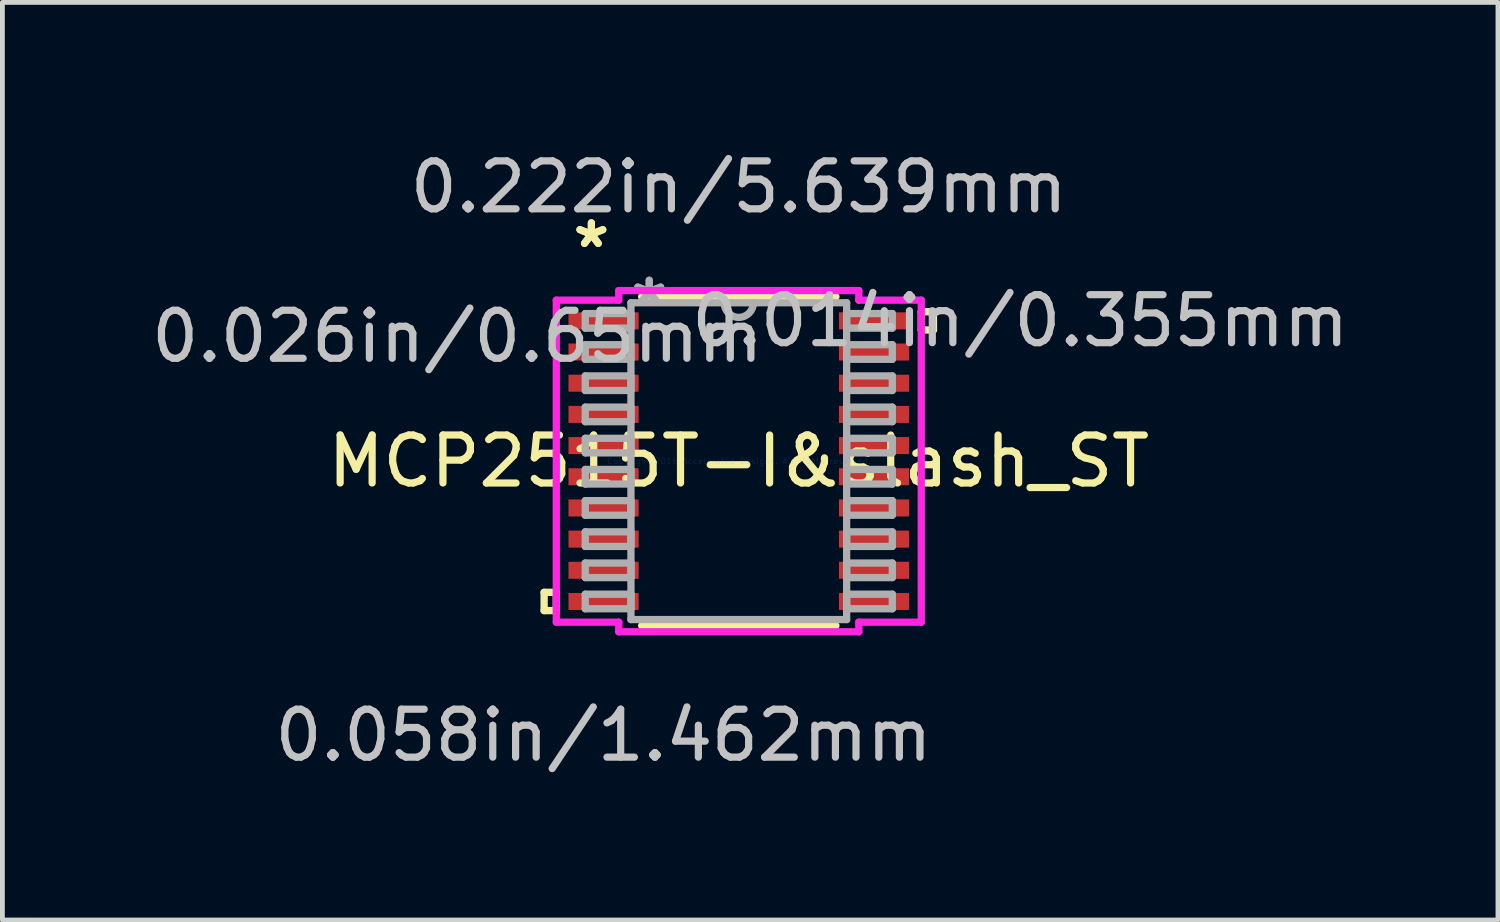
<source format=kicad_pcb>
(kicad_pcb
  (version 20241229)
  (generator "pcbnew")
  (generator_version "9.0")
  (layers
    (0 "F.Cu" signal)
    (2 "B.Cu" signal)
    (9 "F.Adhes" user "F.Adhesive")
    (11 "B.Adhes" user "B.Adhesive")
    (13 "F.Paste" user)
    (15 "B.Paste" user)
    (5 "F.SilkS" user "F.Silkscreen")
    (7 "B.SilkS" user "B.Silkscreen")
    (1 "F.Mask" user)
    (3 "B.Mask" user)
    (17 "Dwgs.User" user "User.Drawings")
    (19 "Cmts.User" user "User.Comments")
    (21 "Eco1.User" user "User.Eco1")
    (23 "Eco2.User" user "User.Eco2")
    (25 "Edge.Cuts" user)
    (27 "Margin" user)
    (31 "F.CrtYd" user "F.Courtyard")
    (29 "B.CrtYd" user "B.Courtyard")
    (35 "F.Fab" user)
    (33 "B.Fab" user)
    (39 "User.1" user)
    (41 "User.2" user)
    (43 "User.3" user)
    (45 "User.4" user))
  (footprint "MCP2515T-I&slash_ST"
    (layer "F.Cu")
    (at 12.35 6.563)
    (property "Reference" "MCP2515T-I&slash_ST" (at 0 0 0) (layer "F.SilkS") (effects (font (size 1 1) (thickness 0.15))))
    (attr through_hole)
    (fp_line (start -4.058 2.734) (end -4.058 3.115) (stroke (width 0.152) (type solid)) (layer "F.SilkS"))
    (fp_line (start -4.058 3.115) (end -3.804 3.115) (stroke (width 0.152) (type solid)) (layer "F.SilkS"))
    (fp_line (start -3.804 2.734) (end -4.058 2.734) (stroke (width 0.152) (type solid)) (layer "F.SilkS"))
    (fp_line (start -3.804 3.115) (end -3.804 2.734) (stroke (width 0.152) (type solid)) (layer "F.SilkS"))
    (fp_line (start -2.025 3.429) (end 2.025 3.429) (stroke (width 0.152) (type solid)) (layer "F.SilkS"))
    (fp_line (start 2.025 -3.429) (end -2.025 -3.429) (stroke (width 0.152) (type solid)) (layer "F.SilkS"))
    (fp_line (start 3.804 -3.115) (end 4.058 -3.115) (stroke (width 0.152) (type solid)) (layer "F.SilkS"))
    (fp_line (start 3.804 -2.734) (end 3.804 -3.115) (stroke (width 0.152) (type solid)) (layer "F.SilkS"))
    (fp_line (start 4.058 -3.115) (end 4.058 -2.734) (stroke (width 0.152) (type solid)) (layer "F.SilkS"))
    (fp_line (start 4.058 -2.734) (end 3.804 -2.734) (stroke (width 0.152) (type solid)) (layer "F.SilkS"))
    (fp_line (start -3.804 -3.356) (end -2.502 -3.356) (stroke (width 0.152) (type solid)) (layer "F.CrtYd"))
    (fp_line (start -3.804 3.356) (end -3.804 -3.356) (stroke (width 0.152) (type solid)) (layer "F.CrtYd"))
    (fp_line (start -2.502 -3.556) (end 2.502 -3.556) (stroke (width 0.152) (type solid)) (layer "F.CrtYd"))
    (fp_line (start -2.502 -3.356) (end -2.502 -3.556) (stroke (width 0.152) (type solid)) (layer "F.CrtYd"))
    (fp_line (start -2.502 3.356) (end -3.804 3.356) (stroke (width 0.152) (type solid)) (layer "F.CrtYd"))
    (fp_line (start -2.502 3.556) (end -2.502 3.356) (stroke (width 0.152) (type solid)) (layer "F.CrtYd"))
    (fp_line (start 2.502 -3.556) (end 2.502 -3.356) (stroke (width 0.152) (type solid)) (layer "F.CrtYd"))
    (fp_line (start 2.502 -3.356) (end 3.804 -3.356) (stroke (width 0.152) (type solid)) (layer "F.CrtYd"))
    (fp_line (start 2.502 3.356) (end 2.502 3.556) (stroke (width 0.152) (type solid)) (layer "F.CrtYd"))
    (fp_line (start 2.502 3.556) (end -2.502 3.556) (stroke (width 0.152) (type solid)) (layer "F.CrtYd"))
    (fp_line (start 3.804 -3.356) (end 3.804 3.356) (stroke (width 0.152) (type solid)) (layer "F.CrtYd"))
    (fp_line (start 3.804 3.356) (end 2.502 3.356) (stroke (width 0.152) (type solid)) (layer "F.CrtYd"))
    (fp_line (start -3.2 -3.077) (end -3.2 -2.773) (stroke (width 0.152) (type solid)) (layer "F.Fab"))
    (fp_line (start -3.2 -2.773) (end -2.248 -2.773) (stroke (width 0.152) (type solid)) (layer "F.Fab"))
    (fp_line (start -3.2 -2.427) (end -3.2 -2.123) (stroke (width 0.152) (type solid)) (layer "F.Fab"))
    (fp_line (start -3.2 -2.123) (end -2.248 -2.123) (stroke (width 0.152) (type solid)) (layer "F.Fab"))
    (fp_line (start -3.2 -1.777) (end -3.2 -1.473) (stroke (width 0.152) (type solid)) (layer "F.Fab"))
    (fp_line (start -3.2 -1.473) (end -2.248 -1.473) (stroke (width 0.152) (type solid)) (layer "F.Fab"))
    (fp_line (start -3.2 -1.127) (end -3.2 -0.823) (stroke (width 0.152) (type solid)) (layer "F.Fab"))
    (fp_line (start -3.2 -0.823) (end -2.248 -0.823) (stroke (width 0.152) (type solid)) (layer "F.Fab"))
    (fp_line (start -3.2 -0.477) (end -3.2 -0.173) (stroke (width 0.152) (type solid)) (layer "F.Fab"))
    (fp_line (start -3.2 -0.173) (end -2.248 -0.173) (stroke (width 0.152) (type solid)) (layer "F.Fab"))
    (fp_line (start -3.2 0.173) (end -3.2 0.477) (stroke (width 0.152) (type solid)) (layer "F.Fab"))
    (fp_line (start -3.2 0.477) (end -2.248 0.477) (stroke (width 0.152) (type solid)) (layer "F.Fab"))
    (fp_line (start -3.2 0.823) (end -3.2 1.127) (stroke (width 0.152) (type solid)) (layer "F.Fab"))
    (fp_line (start -3.2 1.127) (end -2.248 1.127) (stroke (width 0.152) (type solid)) (layer "F.Fab"))
    (fp_line (start -3.2 1.473) (end -3.2 1.777) (stroke (width 0.152) (type solid)) (layer "F.Fab"))
    (fp_line (start -3.2 1.777) (end -2.248 1.777) (stroke (width 0.152) (type solid)) (layer "F.Fab"))
    (fp_line (start -3.2 2.123) (end -3.2 2.427) (stroke (width 0.152) (type solid)) (layer "F.Fab"))
    (fp_line (start -3.2 2.427) (end -2.248 2.427) (stroke (width 0.152) (type solid)) (layer "F.Fab"))
    (fp_line (start -3.2 2.773) (end -3.2 3.077) (stroke (width 0.152) (type solid)) (layer "F.Fab"))
    (fp_line (start -3.2 3.077) (end -2.248 3.077) (stroke (width 0.152) (type solid)) (layer "F.Fab"))
    (fp_line (start -2.248 -3.302) (end -2.248 3.302) (stroke (width 0.152) (type solid)) (layer "F.Fab"))
    (fp_line (start -2.248 -3.077) (end -3.2 -3.077) (stroke (width 0.152) (type solid)) (layer "F.Fab"))
    (fp_line (start -2.248 -2.773) (end -2.248 -3.077) (stroke (width 0.152) (type solid)) (layer "F.Fab"))
    (fp_line (start -2.248 -2.427) (end -3.2 -2.427) (stroke (width 0.152) (type solid)) (layer "F.Fab"))
    (fp_line (start -2.248 -2.123) (end -2.248 -2.427) (stroke (width 0.152) (type solid)) (layer "F.Fab"))
    (fp_line (start -2.248 -1.777) (end -3.2 -1.777) (stroke (width 0.152) (type solid)) (layer "F.Fab"))
    (fp_line (start -2.248 -1.473) (end -2.248 -1.777) (stroke (width 0.152) (type solid)) (layer "F.Fab"))
    (fp_line (start -2.248 -1.127) (end -3.2 -1.127) (stroke (width 0.152) (type solid)) (layer "F.Fab"))
    (fp_line (start -2.248 -0.823) (end -2.248 -1.127) (stroke (width 0.152) (type solid)) (layer "F.Fab"))
    (fp_line (start -2.248 -0.477) (end -3.2 -0.477) (stroke (width 0.152) (type solid)) (layer "F.Fab"))
    (fp_line (start -2.248 -0.173) (end -2.248 -0.477) (stroke (width 0.152) (type solid)) (layer "F.Fab"))
    (fp_line (start -2.248 0.173) (end -3.2 0.173) (stroke (width 0.152) (type solid)) (layer "F.Fab"))
    (fp_line (start -2.248 0.477) (end -2.248 0.173) (stroke (width 0.152) (type solid)) (layer "F.Fab"))
    (fp_line (start -2.248 0.823) (end -3.2 0.823) (stroke (width 0.152) (type solid)) (layer "F.Fab"))
    (fp_line (start -2.248 1.127) (end -2.248 0.823) (stroke (width 0.152) (type solid)) (layer "F.Fab"))
    (fp_line (start -2.248 1.473) (end -3.2 1.473) (stroke (width 0.152) (type solid)) (layer "F.Fab"))
    (fp_line (start -2.248 1.777) (end -2.248 1.473) (stroke (width 0.152) (type solid)) (layer "F.Fab"))
    (fp_line (start -2.248 2.123) (end -3.2 2.123) (stroke (width 0.152) (type solid)) (layer "F.Fab"))
    (fp_line (start -2.248 2.427) (end -2.248 2.123) (stroke (width 0.152) (type solid)) (layer "F.Fab"))
    (fp_line (start -2.248 2.773) (end -3.2 2.773) (stroke (width 0.152) (type solid)) (layer "F.Fab"))
    (fp_line (start -2.248 3.077) (end -2.248 2.773) (stroke (width 0.152) (type solid)) (layer "F.Fab"))
    (fp_line (start -2.248 3.302) (end 2.248 3.302) (stroke (width 0.152) (type solid)) (layer "F.Fab"))
    (fp_line (start 2.248 -3.302) (end -2.248 -3.302) (stroke (width 0.152) (type solid)) (layer "F.Fab"))
    (fp_line (start 2.248 -3.077) (end 2.248 -2.773) (stroke (width 0.152) (type solid)) (layer "F.Fab"))
    (fp_line (start 2.248 -2.773) (end 3.2 -2.773) (stroke (width 0.152) (type solid)) (layer "F.Fab"))
    (fp_line (start 2.248 -2.427) (end 2.248 -2.123) (stroke (width 0.152) (type solid)) (layer "F.Fab"))
    (fp_line (start 2.248 -2.123) (end 3.2 -2.123) (stroke (width 0.152) (type solid)) (layer "F.Fab"))
    (fp_line (start 2.248 -1.777) (end 2.248 -1.473) (stroke (width 0.152) (type solid)) (layer "F.Fab"))
    (fp_line (start 2.248 -1.473) (end 3.2 -1.473) (stroke (width 0.152) (type solid)) (layer "F.Fab"))
    (fp_line (start 2.248 -1.127) (end 2.248 -0.823) (stroke (width 0.152) (type solid)) (layer "F.Fab"))
    (fp_line (start 2.248 -0.823) (end 3.2 -0.823) (stroke (width 0.152) (type solid)) (layer "F.Fab"))
    (fp_line (start 2.248 -0.477) (end 2.248 -0.173) (stroke (width 0.152) (type solid)) (layer "F.Fab"))
    (fp_line (start 2.248 -0.173) (end 3.2 -0.173) (stroke (width 0.152) (type solid)) (layer "F.Fab"))
    (fp_line (start 2.248 0.173) (end 2.248 0.477) (stroke (width 0.152) (type solid)) (layer "F.Fab"))
    (fp_line (start 2.248 0.477) (end 3.2 0.477) (stroke (width 0.152) (type solid)) (layer "F.Fab"))
    (fp_line (start 2.248 0.823) (end 2.248 1.127) (stroke (width 0.152) (type solid)) (layer "F.Fab"))
    (fp_line (start 2.248 1.127) (end 3.2 1.127) (stroke (width 0.152) (type solid)) (layer "F.Fab"))
    (fp_line (start 2.248 1.473) (end 2.248 1.777) (stroke (width 0.152) (type solid)) (layer "F.Fab"))
    (fp_line (start 2.248 1.777) (end 3.2 1.777) (stroke (width 0.152) (type solid)) (layer "F.Fab"))
    (fp_line (start 2.248 2.123) (end 2.248 2.427) (stroke (width 0.152) (type solid)) (layer "F.Fab"))
    (fp_line (start 2.248 2.427) (end 3.2 2.427) (stroke (width 0.152) (type solid)) (layer "F.Fab"))
    (fp_line (start 2.248 2.773) (end 2.248 3.077) (stroke (width 0.152) (type solid)) (layer "F.Fab"))
    (fp_line (start 2.248 3.077) (end 3.2 3.077) (stroke (width 0.152) (type solid)) (layer "F.Fab"))
    (fp_line (start 2.248 3.302) (end 2.248 -3.302) (stroke (width 0.152) (type solid)) (layer "F.Fab"))
    (fp_line (start 3.2 -3.077) (end 2.248 -3.077) (stroke (width 0.152) (type solid)) (layer "F.Fab"))
    (fp_line (start 3.2 -2.773) (end 3.2 -3.077) (stroke (width 0.152) (type solid)) (layer "F.Fab"))
    (fp_line (start 3.2 -2.427) (end 2.248 -2.427) (stroke (width 0.152) (type solid)) (layer "F.Fab"))
    (fp_line (start 3.2 -2.123) (end 3.2 -2.427) (stroke (width 0.152) (type solid)) (layer "F.Fab"))
    (fp_line (start 3.2 -1.777) (end 2.248 -1.777) (stroke (width 0.152) (type solid)) (layer "F.Fab"))
    (fp_line (start 3.2 -1.473) (end 3.2 -1.777) (stroke (width 0.152) (type solid)) (layer "F.Fab"))
    (fp_line (start 3.2 -1.127) (end 2.248 -1.127) (stroke (width 0.152) (type solid)) (layer "F.Fab"))
    (fp_line (start 3.2 -0.823) (end 3.2 -1.127) (stroke (width 0.152) (type solid)) (layer "F.Fab"))
    (fp_line (start 3.2 -0.477) (end 2.248 -0.477) (stroke (width 0.152) (type solid)) (layer "F.Fab"))
    (fp_line (start 3.2 -0.173) (end 3.2 -0.477) (stroke (width 0.152) (type solid)) (layer "F.Fab"))
    (fp_line (start 3.2 0.173) (end 2.248 0.173) (stroke (width 0.152) (type solid)) (layer "F.Fab"))
    (fp_line (start 3.2 0.477) (end 3.2 0.173) (stroke (width 0.152) (type solid)) (layer "F.Fab"))
    (fp_line (start 3.2 0.823) (end 2.248 0.823) (stroke (width 0.152) (type solid)) (layer "F.Fab"))
    (fp_line (start 3.2 1.127) (end 3.2 0.823) (stroke (width 0.152) (type solid)) (layer "F.Fab"))
    (fp_line (start 3.2 1.473) (end 2.248 1.473) (stroke (width 0.152) (type solid)) (layer "F.Fab"))
    (fp_line (start 3.2 1.777) (end 3.2 1.473) (stroke (width 0.152) (type solid)) (layer "F.Fab"))
    (fp_line (start 3.2 2.123) (end 2.248 2.123) (stroke (width 0.152) (type solid)) (layer "F.Fab"))
    (fp_line (start 3.2 2.427) (end 3.2 2.123) (stroke (width 0.152) (type solid)) (layer "F.Fab"))
    (fp_line (start 3.2 2.773) (end 2.248 2.773) (stroke (width 0.152) (type solid)) (layer "F.Fab"))
    (fp_line (start 3.2 3.077) (end 3.2 2.773) (stroke (width 0.152) (type solid)) (layer "F.Fab"))
    (fp_arc (start 0.3048 -3.302) (mid 0 -2.9972) (end -0.3048 -3.302) (stroke (width 0.1524) (type solid)) (layer "F.Fab"))
    (fp_text user "*" (at -3.073 -4.423 0) (layer "F.SilkS") (effects (font (size 1 1) (thickness 0.15))))
    (fp_text user "*" (at -3.073 -4.423 0) (layer "F.SilkS") (effects (font (size 1 1) (thickness 0.15))))
    (fp_text user "0.014in/0.355mm" (at 5.867 -2.925 0) (layer "Dwgs.User") (effects (font (size 1 1) (thickness 0.15))))
    (fp_text user "0.058in/1.462mm" (at -2.819 5.715 0) (layer "Dwgs.User") (effects (font (size 1 1) (thickness 0.15))))
    (fp_text user "0.222in/5.639mm" (at 0 -5.715 0) (layer "Dwgs.User") (effects (font (size 1 1) (thickness 0.15))))
    (fp_text user "0.026in/0.65mm" (at -5.867 -2.6 0) (layer "Dwgs.User") (effects (font (size 1 1) (thickness 0.15))))
    (fp_text user "Copyright 2016 Accelerated Designs. All rights reserved." (at 0 0 0) (layer "Cmts.User") (effects (font (size 0.127 0.127) (thickness 0.002))))
    (fp_text user "*" (at -1.867 -3.226 0) (layer "F.Fab") (effects (font (size 1 1) (thickness 0.15))))
    (fp_text user "*" (at -1.867 -3.226 0) (layer "F.Fab") (effects (font (size 1 1) (thickness 0.15))))
    (pad "1" smd rect (at -2.819 -2.925) (size 1.462 0.355) (layers "F.Cu" "F.Mask" "F.Paste"))
    (pad "2" smd rect (at -2.819 -2.275) (size 1.462 0.355) (layers "F.Cu" "F.Mask" "F.Paste"))
    (pad "3" smd rect (at -2.819 -1.625) (size 1.462 0.355) (layers "F.Cu" "F.Mask" "F.Paste"))
    (pad "4" smd rect (at -2.819 -0.975) (size 1.462 0.355) (layers "F.Cu" "F.Mask" "F.Paste"))
    (pad "5" smd rect (at -2.819 -0.325) (size 1.462 0.355) (layers "F.Cu" "F.Mask" "F.Paste"))
    (pad "6" smd rect (at -2.819 0.325) (size 1.462 0.355) (layers "F.Cu" "F.Mask" "F.Paste"))
    (pad "7" smd rect (at -2.819 0.975) (size 1.462 0.355) (layers "F.Cu" "F.Mask" "F.Paste"))
    (pad "8" smd rect (at -2.819 1.625) (size 1.462 0.355) (layers "F.Cu" "F.Mask" "F.Paste"))
    (pad "9" smd rect (at -2.819 2.275) (size 1.462 0.355) (layers "F.Cu" "F.Mask" "F.Paste"))
    (pad "10" smd rect (at -2.819 2.925) (size 1.462 0.355) (layers "F.Cu" "F.Mask" "F.Paste"))
    (pad "11" smd rect (at 2.819 2.925) (size 1.462 0.355) (layers "F.Cu" "F.Mask" "F.Paste"))
    (pad "12" smd rect (at 2.819 2.275) (size 1.462 0.355) (layers "F.Cu" "F.Mask" "F.Paste"))
    (pad "13" smd rect (at 2.819 1.625) (size 1.462 0.355) (layers "F.Cu" "F.Mask" "F.Paste"))
    (pad "14" smd rect (at 2.819 0.975) (size 1.462 0.355) (layers "F.Cu" "F.Mask" "F.Paste"))
    (pad "15" smd rect (at 2.819 0.325) (size 1.462 0.355) (layers "F.Cu" "F.Mask" "F.Paste"))
    (pad "16" smd rect (at 2.819 -0.325) (size 1.462 0.355) (layers "F.Cu" "F.Mask" "F.Paste"))
    (pad "17" smd rect (at 2.819 -0.975) (size 1.462 0.355) (layers "F.Cu" "F.Mask" "F.Paste"))
    (pad "18" smd rect (at 2.819 -1.625) (size 1.462 0.355) (layers "F.Cu" "F.Mask" "F.Paste"))
    (pad "19" smd rect (at 2.819 -2.275) (size 1.462 0.355) (layers "F.Cu" "F.Mask" "F.Paste"))
    (pad "20" smd rect (at 2.819 -2.925) (size 1.462 0.355) (layers "F.Cu" "F.Mask" "F.Paste")))
  (gr_rect
    (start -3 -3)
    (end 28.175 16.127)
    (stroke (width 0.1) (type default))
    (fill no)
    (layer "Edge.Cuts")))
</source>
